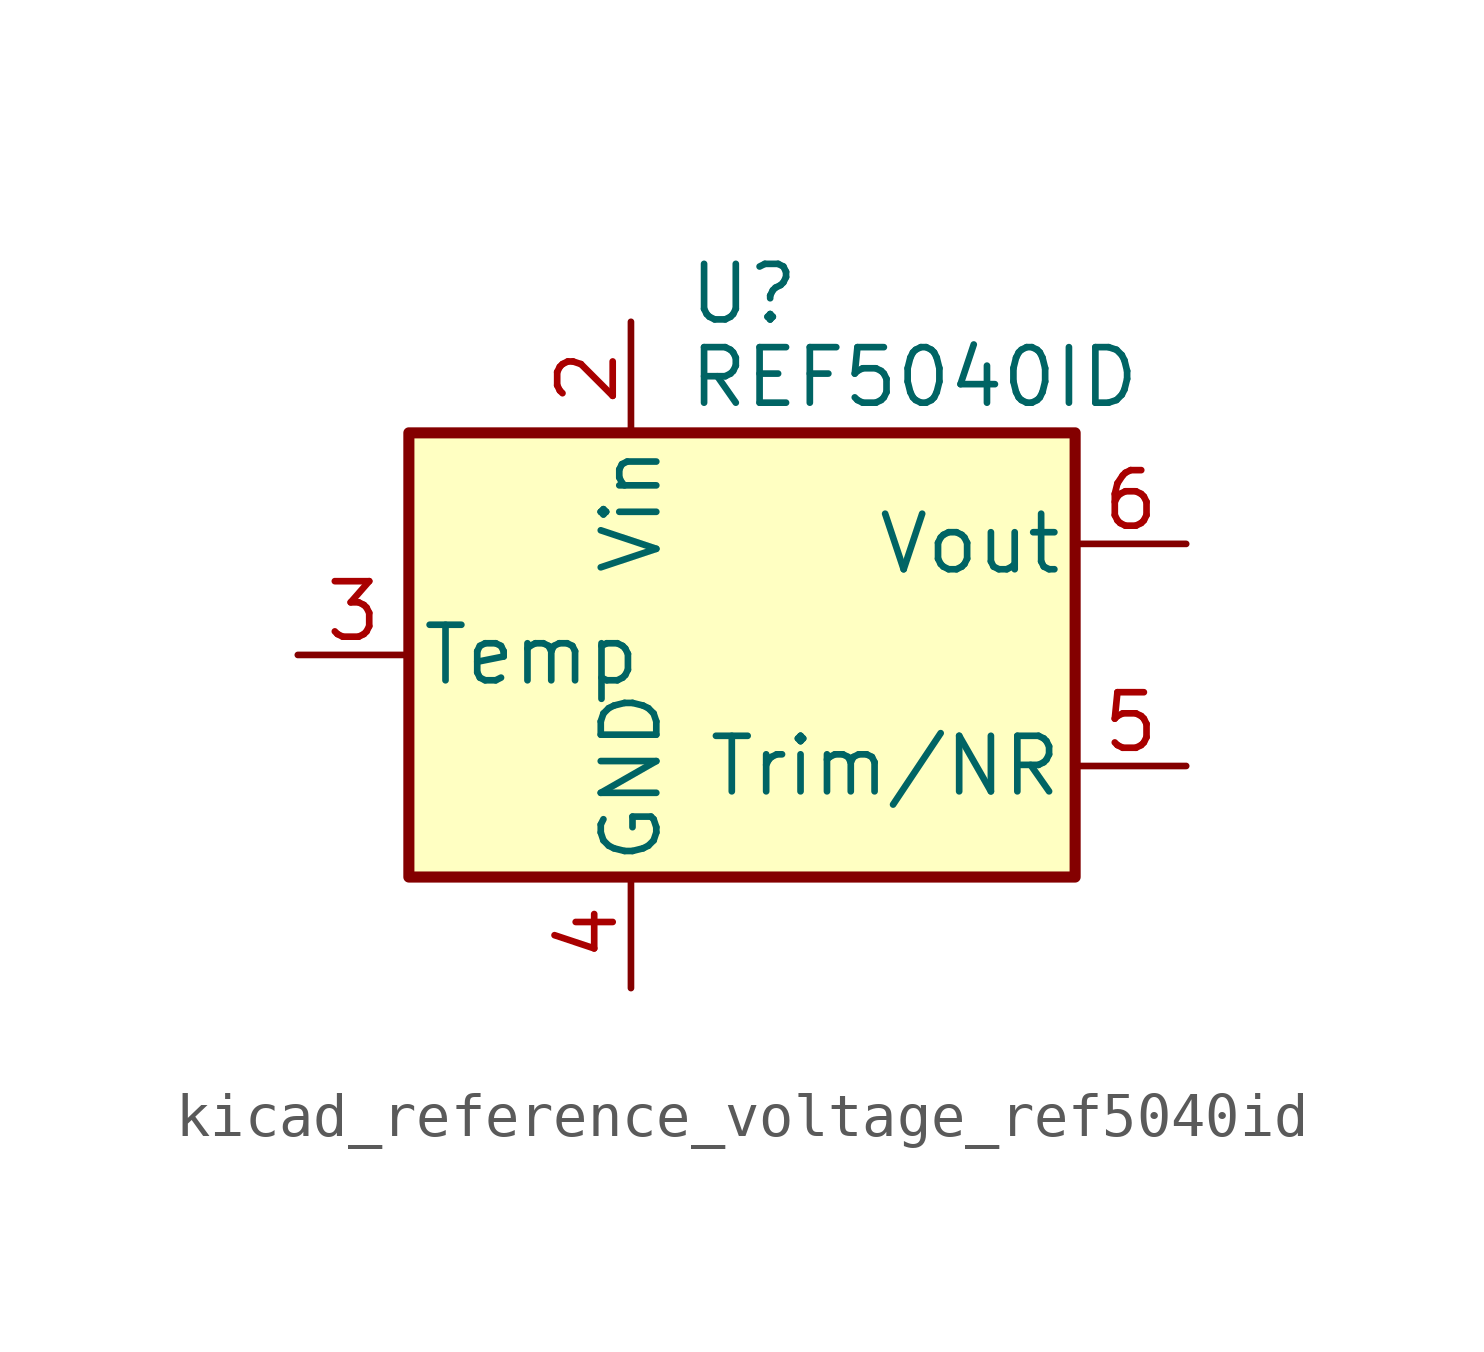
<source format=kicad_sym>
(kicad_symbol_lib
  (version 20220914)
  (generator kicad_symbol_editor)
  (symbol "kicad_reference_voltage_ref5040id"
    (pin_names
      (offset 0.254))
    (property "Reference" "U"
      (at -1.27 8.255 0)
      (effects (font (size 1.27 1.27)) (justify left)))
    (property "Value" "REF5040ID"
      (at -1.27 6.35 0)
      (effects (font (size 1.27 1.27)) (justify left)))
    (symbol "kicad_reference_voltage_ref5040id_0_1"
      (rectangle (start -7.62 5.08) (end 7.62 -5.08) (stroke (width 0.254) (type default)) (fill (type background))))
    (symbol "kicad_reference_voltage_ref5040id_1_1"
      (pin no_connect line (at -7.62 2.54 0) (length 2.54) hide (name "DNC" (effects (font (size 1.27 1.27)))) (number "1" (effects (font (size 1.27 1.27)))))
      (pin power_in line (at -2.54 7.62 270) (length 2.54) (name "Vin" (effects (font (size 1.27 1.27)))) (number "2" (effects (font (size 1.27 1.27)))))
      (pin passive line (at -10.16 0 0) (length 2.54) (name "Temp" (effects (font (size 1.27 1.27)))) (number "3" (effects (font (size 1.27 1.27)))))
      (pin power_in line (at -2.54 -7.62 90) (length 2.54) (name "GND" (effects (font (size 1.27 1.27)))) (number "4" (effects (font (size 1.27 1.27)))))
      (pin passive line (at 10.16 -2.54 180) (length 2.54) (name "Trim/NR" (effects (font (size 1.27 1.27)))) (number "5" (effects (font (size 1.27 1.27)))))
      (pin power_out line (at 10.16 2.54 180) (length 2.54) (name "Vout" (effects (font (size 1.27 1.27)))) (number "6" (effects (font (size 1.27 1.27)))))
      (pin no_connect line (at -5.08 -5.08 90) (length 2.54) hide (name "NC" (effects (font (size 1.27 1.27)))) (number "7" (effects (font (size 1.27 1.27)))))
      (pin no_connect line (at 7.62 0 180) (length 2.54) hide (name "DNC" (effects (font (size 1.27 1.27)))) (number "8" (effects (font (size 1.27 1.27))))))))
</source>
